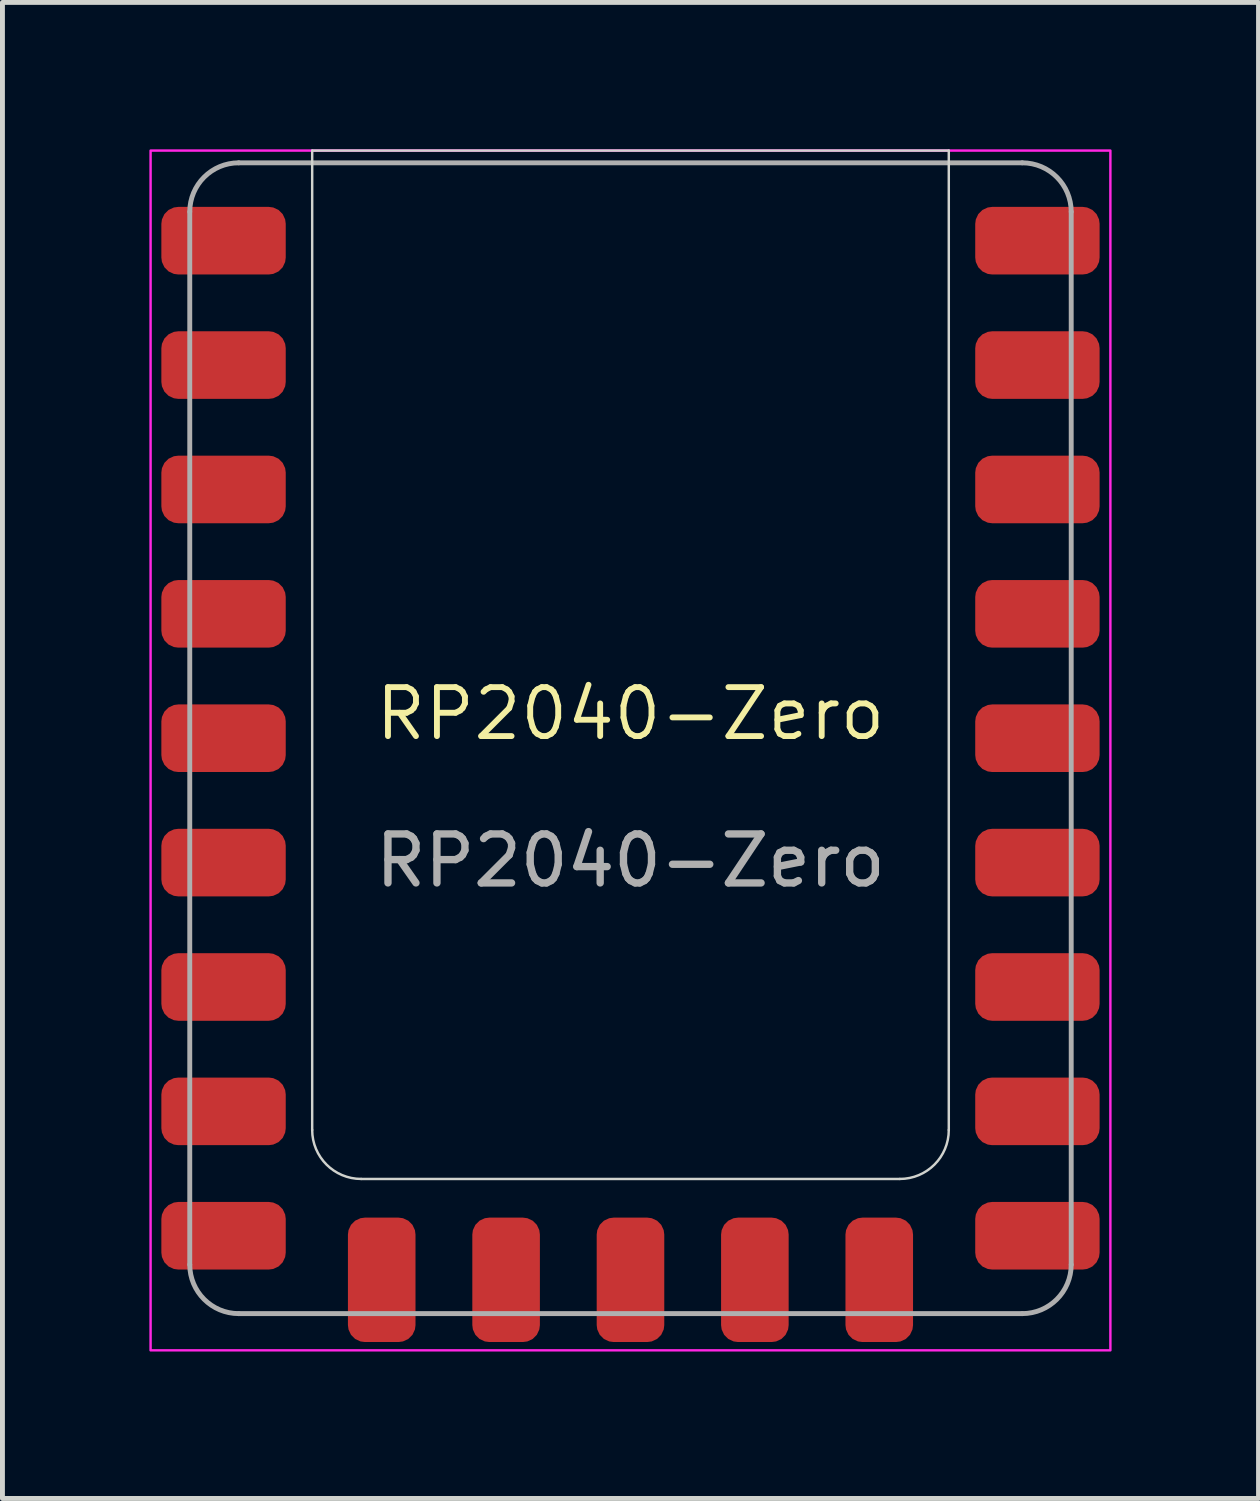
<source format=kicad_pcb>
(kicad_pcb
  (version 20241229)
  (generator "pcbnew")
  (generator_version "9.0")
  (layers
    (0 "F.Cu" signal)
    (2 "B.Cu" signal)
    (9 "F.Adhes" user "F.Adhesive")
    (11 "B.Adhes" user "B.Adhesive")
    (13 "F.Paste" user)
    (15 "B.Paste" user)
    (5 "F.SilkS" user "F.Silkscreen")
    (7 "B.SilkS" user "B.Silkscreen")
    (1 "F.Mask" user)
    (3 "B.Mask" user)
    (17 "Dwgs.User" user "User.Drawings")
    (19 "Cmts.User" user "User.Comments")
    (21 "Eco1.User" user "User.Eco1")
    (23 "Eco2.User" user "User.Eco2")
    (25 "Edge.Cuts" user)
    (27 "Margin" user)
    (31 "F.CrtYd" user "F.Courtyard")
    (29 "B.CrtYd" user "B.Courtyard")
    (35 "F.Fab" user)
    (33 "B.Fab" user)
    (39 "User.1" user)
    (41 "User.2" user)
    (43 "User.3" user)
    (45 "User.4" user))
  (footprint "RP2040-Zero"
    (layer "F.Cu")
    (at 9.825 12.025)
    (property "Reference" "RP2040-Zero" (at 0 -0.5 0) (unlocked yes) (layer "F.SilkS") (effects (font (size 1 1) (thickness 0.12))))
    (attr smd)
    (fp_line (start -6.5 -12) (end 6.5 -12) (stroke (width 0.05) (type default)) (layer "Edge.Cuts"))
    (fp_line (start -6.5 8) (end -6.5 -12) (stroke (width 0.05) (type default)) (layer "Edge.Cuts"))
    (fp_line (start 5.5 9) (end -5.5 9) (stroke (width 0.05) (type default)) (layer "Edge.Cuts"))
    (fp_line (start 6.5 -12) (end 6.5 8) (stroke (width 0.05) (type default)) (layer "Edge.Cuts"))
    (fp_arc (start -5.5 9) (mid -6.207107 8.707107) (end -6.5 8) (stroke (width 0.05) (type default)) (layer "Edge.Cuts"))
    (fp_arc (start 6.5 8) (mid 6.207107 8.707107) (end 5.5 9) (stroke (width 0.05) (type default)) (layer "Edge.Cuts"))
    (fp_rect (start -9.8 -12) (end 9.8 12.5) (stroke (width 0.05) (type default)) (fill no) (layer "F.CrtYd"))
    (fp_line (start -9 10.75) (end -9 -10.75) (stroke (width 0.1) (type default)) (layer "F.Fab"))
    (fp_line (start -8 -11.75) (end 8 -11.75) (stroke (width 0.1) (type default)) (layer "F.Fab"))
    (fp_line (start 8 11.75) (end -8 11.75) (stroke (width 0.1) (type default)) (layer "F.Fab"))
    (fp_line (start 9 -10.75) (end 9 10.75) (stroke (width 0.1) (type default)) (layer "F.Fab"))
    (fp_arc (start -9 -10.75) (mid -8.707107 -11.457107) (end -8 -11.75) (stroke (width 0.1) (type default)) (layer "F.Fab"))
    (fp_arc (start -8 11.75) (mid -8.707107 11.457107) (end -9 10.75) (stroke (width 0.1) (type default)) (layer "F.Fab"))
    (fp_arc (start 8 -11.75) (mid 8.707107 -11.457107) (end 9 -10.75) (stroke (width 0.1) (type default)) (layer "F.Fab"))
    (fp_arc (start 9 10.75) (mid 8.707107 11.457107) (end 8 11.75) (stroke (width 0.1) (type default)) (layer "F.Fab"))
    (fp_text user "${REFERENCE}" (at 0 2.5 0) (unlocked yes) (layer "F.Fab") (effects (font (size 1 1) (thickness 0.15))))
    (pad "1" smd roundrect (at -8.31 -10.16) (size 2.54 1.38) (layers "F.Cu" "F.Mask" "F.Paste") (roundrect_rratio 0.25))
    (pad "2" smd roundrect (at -8.31 -7.62) (size 2.54 1.38) (layers "F.Cu" "F.Mask" "F.Paste") (roundrect_rratio 0.25))
    (pad "3" smd roundrect (at -8.31 -5.08) (size 2.54 1.38) (layers "F.Cu" "F.Mask" "F.Paste") (roundrect_rratio 0.25))
    (pad "4" smd roundrect (at -8.31 -2.54) (size 2.54 1.38) (layers "F.Cu" "F.Mask" "F.Paste") (roundrect_rratio 0.25))
    (pad "5" smd roundrect (at -8.31 0) (size 2.54 1.38) (layers "F.Cu" "F.Mask" "F.Paste") (roundrect_rratio 0.25))
    (pad "6" smd roundrect (at -8.31 2.54) (size 2.54 1.38) (layers "F.Cu" "F.Mask" "F.Paste") (roundrect_rratio 0.25))
    (pad "7" smd roundrect (at -8.31 5.08) (size 2.54 1.38) (layers "F.Cu" "F.Mask" "F.Paste") (roundrect_rratio 0.25))
    (pad "8" smd roundrect (at -8.31 7.62) (size 2.54 1.38) (layers "F.Cu" "F.Mask" "F.Paste") (roundrect_rratio 0.25))
    (pad "9" smd roundrect (at -8.31 10.16) (size 2.54 1.38) (layers "F.Cu" "F.Mask" "F.Paste") (roundrect_rratio 0.25))
    (pad "10" smd roundrect (at -5.08 11.06) (size 1.38 2.54) (layers "F.Cu" "F.Mask" "F.Paste") (roundrect_rratio 0.25))
    (pad "11" smd roundrect (at -2.54 11.06) (size 1.38 2.54) (layers "F.Cu" "F.Mask" "F.Paste") (roundrect_rratio 0.25))
    (pad "12" smd roundrect (at 0 11.06) (size 1.38 2.54) (layers "F.Cu" "F.Mask" "F.Paste") (roundrect_rratio 0.25))
    (pad "13" smd roundrect (at 2.54 11.06) (size 1.38 2.54) (layers "F.Cu" "F.Mask" "F.Paste") (roundrect_rratio 0.25))
    (pad "14" smd roundrect (at 5.08 11.06) (size 1.38 2.54) (layers "F.Cu" "F.Mask" "F.Paste") (roundrect_rratio 0.25))
    (pad "15" smd roundrect (at 8.31 10.16) (size 2.54 1.38) (layers "F.Cu" "F.Mask" "F.Paste") (roundrect_rratio 0.25))
    (pad "16" smd roundrect (at 8.31 7.62) (size 2.54 1.38) (layers "F.Cu" "F.Mask" "F.Paste") (roundrect_rratio 0.25))
    (pad "17" smd roundrect (at 8.31 5.08) (size 2.54 1.38) (layers "F.Cu" "F.Mask" "F.Paste") (roundrect_rratio 0.25))
    (pad "18" smd roundrect (at 8.31 2.54) (size 2.54 1.38) (layers "F.Cu" "F.Mask" "F.Paste") (roundrect_rratio 0.25))
    (pad "19" smd roundrect (at 8.31 0) (size 2.54 1.38) (layers "F.Cu" "F.Mask" "F.Paste") (roundrect_rratio 0.25))
    (pad "20" smd roundrect (at 8.31 -2.54) (size 2.54 1.38) (layers "F.Cu" "F.Mask" "F.Paste") (roundrect_rratio 0.25))
    (pad "21" smd roundrect (at 8.31 -5.08) (size 2.54 1.38) (layers "F.Cu" "F.Mask" "F.Paste") (roundrect_rratio 0.25))
    (pad "22" smd roundrect (at 8.31 -7.62) (size 2.54 1.38) (layers "F.Cu" "F.Mask" "F.Paste") (roundrect_rratio 0.25))
    (pad "23" smd roundrect (at 8.31 -10.16) (size 2.54 1.38) (layers "F.Cu" "F.Mask" "F.Paste") (roundrect_rratio 0.25)))
  (gr_rect
    (start -3 -3)
    (end 22.65 27.55)
    (stroke (width 0.1) (type default))
    (fill no)
    (layer "Edge.Cuts")))
</source>
